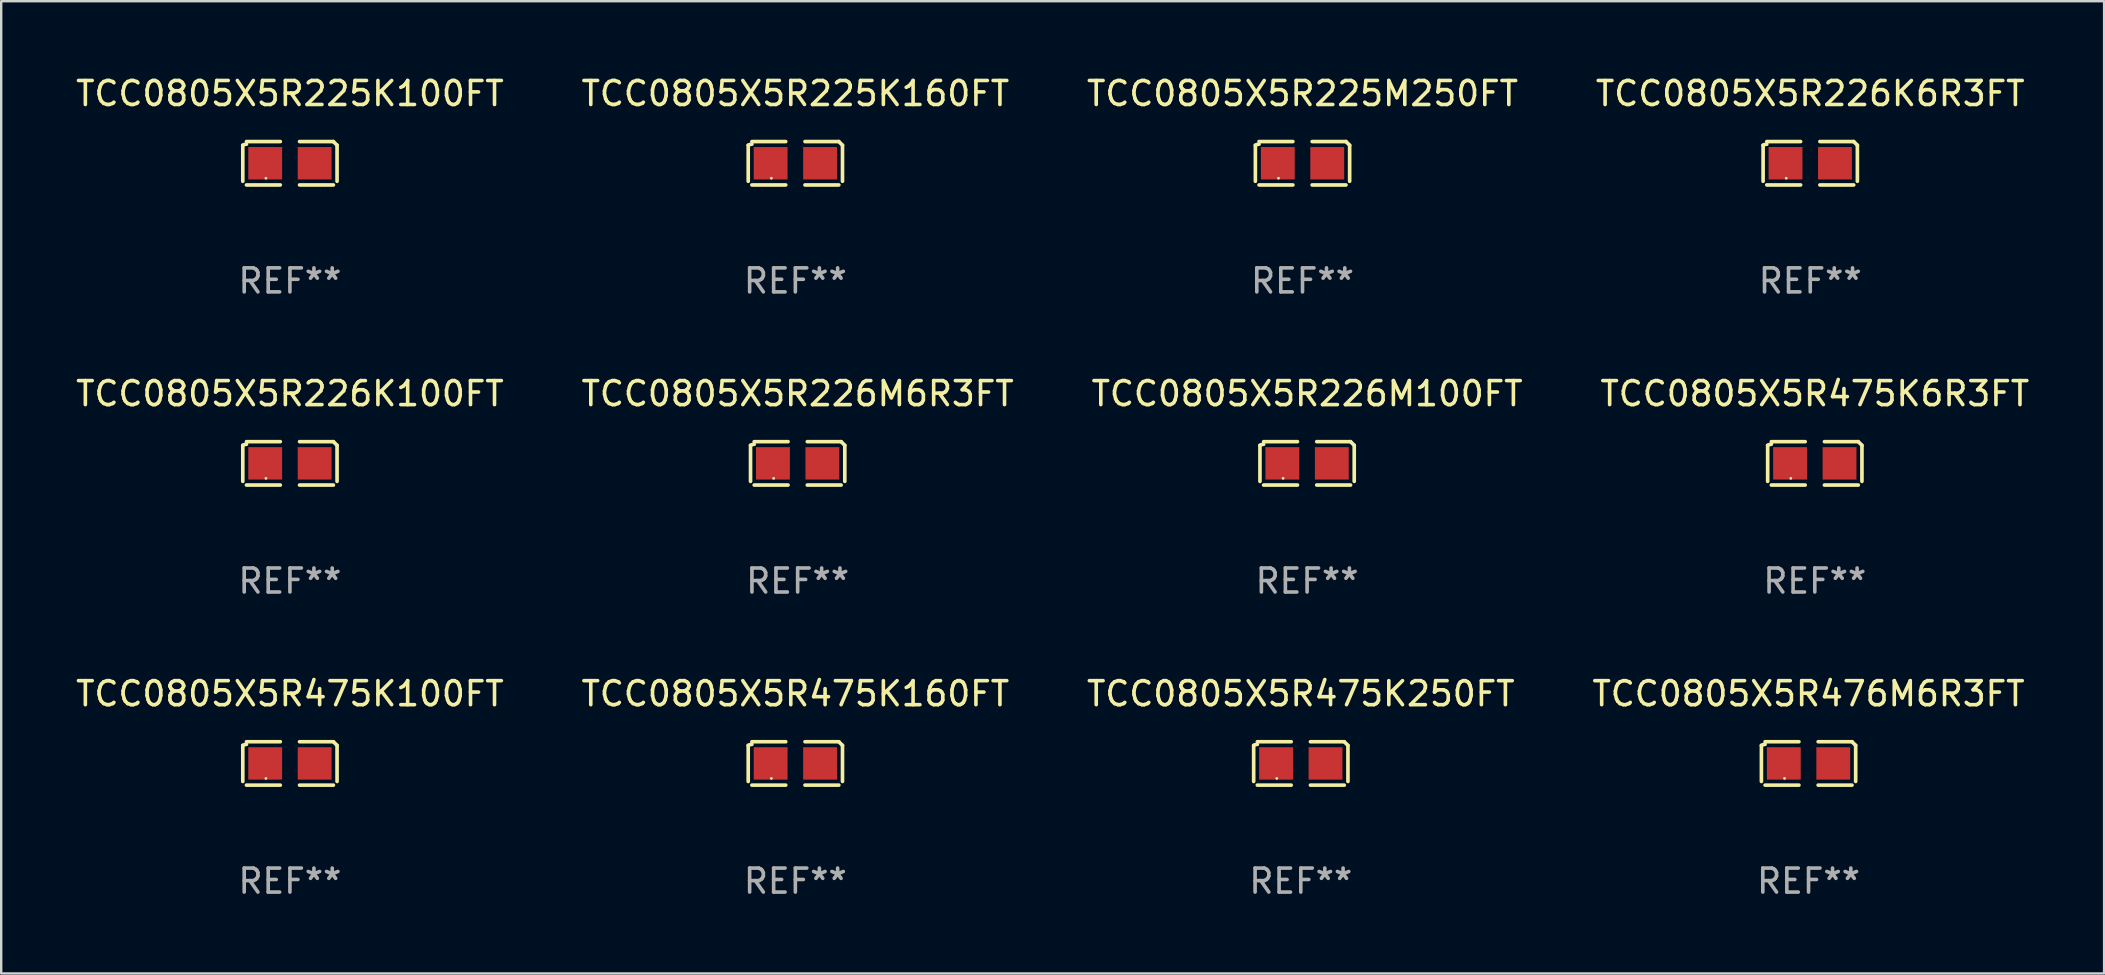
<source format=kicad_pcb>
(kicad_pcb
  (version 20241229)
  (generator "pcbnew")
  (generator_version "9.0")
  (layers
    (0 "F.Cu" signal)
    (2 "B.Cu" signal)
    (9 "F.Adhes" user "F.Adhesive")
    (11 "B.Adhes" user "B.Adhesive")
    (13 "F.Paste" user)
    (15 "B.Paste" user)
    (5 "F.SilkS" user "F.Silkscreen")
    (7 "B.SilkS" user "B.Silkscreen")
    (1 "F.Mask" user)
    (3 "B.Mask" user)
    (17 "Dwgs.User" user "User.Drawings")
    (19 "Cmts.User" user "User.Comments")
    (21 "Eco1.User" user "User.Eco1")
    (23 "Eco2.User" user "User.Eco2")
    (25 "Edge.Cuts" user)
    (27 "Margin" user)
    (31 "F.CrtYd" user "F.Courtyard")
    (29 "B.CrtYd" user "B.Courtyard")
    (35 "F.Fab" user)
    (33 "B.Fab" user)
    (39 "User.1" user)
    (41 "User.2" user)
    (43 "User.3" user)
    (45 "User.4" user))
  (footprint "TCC0805X5R475K100FT"
    (layer "F.Cu")
    (at 9.03 28.759)
    (property "Reference" "TCC0805X5R475K100FT" (at 0 -2.904 0) (layer "F.SilkS") (effects (font (size 1 1) (thickness 0.15))))
    (attr through_hole)
    (fp_line (start -1.964 0.751) (end -1.964 -0.751) (stroke (width 0.152) (type solid)) (layer "F.SilkS"))
    (fp_line (start -1.811 -0.904) (end -0.401 -0.904) (stroke (width 0.152) (type solid)) (layer "F.SilkS"))
    (fp_line (start -0.401 0.904) (end -1.811 0.904) (stroke (width 0.152) (type solid)) (layer "F.SilkS"))
    (fp_line (start 0.401 0.904) (end 1.811 0.904) (stroke (width 0.152) (type solid)) (layer "F.SilkS"))
    (fp_line (start 1.811 -0.904) (end 0.401 -0.904) (stroke (width 0.152) (type solid)) (layer "F.SilkS"))
    (fp_line (start 1.964 0.751) (end 1.964 -0.751) (stroke (width 0.152) (type solid)) (layer "F.SilkS"))
    (fp_arc (start -1.963602 -0.751207) (mid -1.890354 -0.783131) (end -1.811201 -0.794044) (stroke (width 0.1524) (type solid)) (layer "F.SilkS"))
    (fp_arc (start 1.811202 -0.903607) (mid 1.887413 -0.827418) (end 1.963602 -0.751207) (stroke (width 0.1524) (type solid)) (layer "F.SilkS"))
    (fp_circle (center -1 0.625) (end -0.97 0.625) (stroke (width 0.06) (type solid)) (fill no) (layer "F.SilkS"))
    (fp_text user "REF**" (at 0 4.904 0) (layer "F.Fab") (effects (font (size 1 1) (thickness 0.15))))
    (pad "1" smd rect (at -1.03 0) (size 1.41 1.35) (layers "F.Cu" "F.Mask" "F.Paste"))
    (pad "2" smd rect (at 1.03 0) (size 1.41 1.35) (layers "F.Cu" "F.Mask" "F.Paste")))
  (footprint "TCC0805X5R226K6R3FT"
    (layer "F.Cu")
    (at 72.375 3.752)
    (property "Reference" "TCC0805X5R226K6R3FT" (at 0 -2.904 0) (layer "F.SilkS") (effects (font (size 1 1) (thickness 0.15))))
    (attr through_hole)
    (fp_line (start -1.964 0.751) (end -1.964 -0.751) (stroke (width 0.152) (type solid)) (layer "F.SilkS"))
    (fp_line (start -1.811 -0.904) (end -0.401 -0.904) (stroke (width 0.152) (type solid)) (layer "F.SilkS"))
    (fp_line (start -0.401 0.904) (end -1.811 0.904) (stroke (width 0.152) (type solid)) (layer "F.SilkS"))
    (fp_line (start 0.401 0.904) (end 1.811 0.904) (stroke (width 0.152) (type solid)) (layer "F.SilkS"))
    (fp_line (start 1.811 -0.904) (end 0.401 -0.904) (stroke (width 0.152) (type solid)) (layer "F.SilkS"))
    (fp_line (start 1.964 0.751) (end 1.964 -0.751) (stroke (width 0.152) (type solid)) (layer "F.SilkS"))
    (fp_arc (start -1.963602 -0.751207) (mid -1.890354 -0.783131) (end -1.811201 -0.794044) (stroke (width 0.1524) (type solid)) (layer "F.SilkS"))
    (fp_arc (start 1.811202 -0.903607) (mid 1.887413 -0.827418) (end 1.963602 -0.751207) (stroke (width 0.1524) (type solid)) (layer "F.SilkS"))
    (fp_circle (center -1 0.625) (end -0.97 0.625) (stroke (width 0.06) (type solid)) (fill no) (layer "F.SilkS"))
    (fp_text user "REF**" (at 0 4.904 0) (layer "F.Fab") (effects (font (size 1 1) (thickness 0.15))))
    (pad "1" smd rect (at -1.03 0) (size 1.41 1.35) (layers "F.Cu" "F.Mask" "F.Paste"))
    (pad "2" smd rect (at 1.03 0) (size 1.41 1.35) (layers "F.Cu" "F.Mask" "F.Paste")))
  (footprint "TCC0805X5R226K100FT"
    (layer "F.Cu")
    (at 9.03 16.256)
    (property "Reference" "TCC0805X5R226K100FT" (at 0 -2.904 0) (layer "F.SilkS") (effects (font (size 1 1) (thickness 0.15))))
    (attr through_hole)
    (fp_line (start -1.964 0.751) (end -1.964 -0.751) (stroke (width 0.152) (type solid)) (layer "F.SilkS"))
    (fp_line (start -1.811 -0.904) (end -0.401 -0.904) (stroke (width 0.152) (type solid)) (layer "F.SilkS"))
    (fp_line (start -0.401 0.904) (end -1.811 0.904) (stroke (width 0.152) (type solid)) (layer "F.SilkS"))
    (fp_line (start 0.401 0.904) (end 1.811 0.904) (stroke (width 0.152) (type solid)) (layer "F.SilkS"))
    (fp_line (start 1.811 -0.904) (end 0.401 -0.904) (stroke (width 0.152) (type solid)) (layer "F.SilkS"))
    (fp_line (start 1.964 0.751) (end 1.964 -0.751) (stroke (width 0.152) (type solid)) (layer "F.SilkS"))
    (fp_arc (start -1.963602 -0.751207) (mid -1.890354 -0.783131) (end -1.811201 -0.794044) (stroke (width 0.1524) (type solid)) (layer "F.SilkS"))
    (fp_arc (start 1.811202 -0.903607) (mid 1.887413 -0.827418) (end 1.963602 -0.751207) (stroke (width 0.1524) (type solid)) (layer "F.SilkS"))
    (fp_circle (center -1 0.625) (end -0.97 0.625) (stroke (width 0.06) (type solid)) (fill no) (layer "F.SilkS"))
    (fp_text user "REF**" (at 0 4.904 0) (layer "F.Fab") (effects (font (size 1 1) (thickness 0.15))))
    (pad "1" smd rect (at -1.03 0) (size 1.41 1.35) (layers "F.Cu" "F.Mask" "F.Paste"))
    (pad "2" smd rect (at 1.03 0) (size 1.41 1.35) (layers "F.Cu" "F.Mask" "F.Paste")))
  (footprint "TCC0805X5R475K6R3FT"
    (layer "F.Cu")
    (at 72.565 16.256)
    (property "Reference" "TCC0805X5R475K6R3FT" (at 0 -2.904 0) (layer "F.SilkS") (effects (font (size 1 1) (thickness 0.15))))
    (attr through_hole)
    (fp_line (start -1.964 0.751) (end -1.964 -0.751) (stroke (width 0.152) (type solid)) (layer "F.SilkS"))
    (fp_line (start -1.811 -0.904) (end -0.401 -0.904) (stroke (width 0.152) (type solid)) (layer "F.SilkS"))
    (fp_line (start -0.401 0.904) (end -1.811 0.904) (stroke (width 0.152) (type solid)) (layer "F.SilkS"))
    (fp_line (start 0.401 0.904) (end 1.811 0.904) (stroke (width 0.152) (type solid)) (layer "F.SilkS"))
    (fp_line (start 1.811 -0.904) (end 0.401 -0.904) (stroke (width 0.152) (type solid)) (layer "F.SilkS"))
    (fp_line (start 1.964 0.751) (end 1.964 -0.751) (stroke (width 0.152) (type solid)) (layer "F.SilkS"))
    (fp_arc (start -1.963602 -0.751207) (mid -1.890354 -0.783131) (end -1.811201 -0.794044) (stroke (width 0.1524) (type solid)) (layer "F.SilkS"))
    (fp_arc (start 1.811202 -0.903607) (mid 1.887413 -0.827418) (end 1.963602 -0.751207) (stroke (width 0.1524) (type solid)) (layer "F.SilkS"))
    (fp_circle (center -1 0.625) (end -0.97 0.625) (stroke (width 0.06) (type solid)) (fill no) (layer "F.SilkS"))
    (fp_text user "REF**" (at 0 4.904 0) (layer "F.Fab") (effects (font (size 1 1) (thickness 0.15))))
    (pad "1" smd rect (at -1.03 0) (size 1.41 1.35) (layers "F.Cu" "F.Mask" "F.Paste"))
    (pad "2" smd rect (at 1.03 0) (size 1.41 1.35) (layers "F.Cu" "F.Mask" "F.Paste")))
  (footprint "TCC0805X5R226M6R3FT"
    (layer "F.Cu")
    (at 30.185 16.256)
    (property "Reference" "TCC0805X5R226M6R3FT" (at 0 -2.904 0) (layer "F.SilkS") (effects (font (size 1 1) (thickness 0.15))))
    (attr through_hole)
    (fp_line (start -1.964 0.751) (end -1.964 -0.751) (stroke (width 0.152) (type solid)) (layer "F.SilkS"))
    (fp_line (start -1.811 -0.904) (end -0.401 -0.904) (stroke (width 0.152) (type solid)) (layer "F.SilkS"))
    (fp_line (start -0.401 0.904) (end -1.811 0.904) (stroke (width 0.152) (type solid)) (layer "F.SilkS"))
    (fp_line (start 0.401 0.904) (end 1.811 0.904) (stroke (width 0.152) (type solid)) (layer "F.SilkS"))
    (fp_line (start 1.811 -0.904) (end 0.401 -0.904) (stroke (width 0.152) (type solid)) (layer "F.SilkS"))
    (fp_line (start 1.964 0.751) (end 1.964 -0.751) (stroke (width 0.152) (type solid)) (layer "F.SilkS"))
    (fp_arc (start -1.963602 -0.751207) (mid -1.890354 -0.783131) (end -1.811201 -0.794044) (stroke (width 0.1524) (type solid)) (layer "F.SilkS"))
    (fp_arc (start 1.811202 -0.903607) (mid 1.887413 -0.827418) (end 1.963602 -0.751207) (stroke (width 0.1524) (type solid)) (layer "F.SilkS"))
    (fp_circle (center -1 0.625) (end -0.97 0.625) (stroke (width 0.06) (type solid)) (fill no) (layer "F.SilkS"))
    (fp_text user "REF**" (at 0 4.904 0) (layer "F.Fab") (effects (font (size 1 1) (thickness 0.15))))
    (pad "1" smd rect (at -1.03 0) (size 1.41 1.35) (layers "F.Cu" "F.Mask" "F.Paste"))
    (pad "2" smd rect (at 1.03 0) (size 1.41 1.35) (layers "F.Cu" "F.Mask" "F.Paste")))
  (footprint "TCC0805X5R226M100FT"
    (layer "F.Cu")
    (at 51.411 16.256)
    (property "Reference" "TCC0805X5R226M100FT" (at 0 -2.904 0) (layer "F.SilkS") (effects (font (size 1 1) (thickness 0.15))))
    (attr through_hole)
    (fp_line (start -1.964 0.751) (end -1.964 -0.751) (stroke (width 0.152) (type solid)) (layer "F.SilkS"))
    (fp_line (start -1.811 -0.904) (end -0.401 -0.904) (stroke (width 0.152) (type solid)) (layer "F.SilkS"))
    (fp_line (start -0.401 0.904) (end -1.811 0.904) (stroke (width 0.152) (type solid)) (layer "F.SilkS"))
    (fp_line (start 0.401 0.904) (end 1.811 0.904) (stroke (width 0.152) (type solid)) (layer "F.SilkS"))
    (fp_line (start 1.811 -0.904) (end 0.401 -0.904) (stroke (width 0.152) (type solid)) (layer "F.SilkS"))
    (fp_line (start 1.964 0.751) (end 1.964 -0.751) (stroke (width 0.152) (type solid)) (layer "F.SilkS"))
    (fp_arc (start -1.963602 -0.751207) (mid -1.890354 -0.783131) (end -1.811201 -0.794044) (stroke (width 0.1524) (type solid)) (layer "F.SilkS"))
    (fp_arc (start 1.811202 -0.903607) (mid 1.887413 -0.827418) (end 1.963602 -0.751207) (stroke (width 0.1524) (type solid)) (layer "F.SilkS"))
    (fp_circle (center -1 0.625) (end -0.97 0.625) (stroke (width 0.06) (type solid)) (fill no) (layer "F.SilkS"))
    (fp_text user "REF**" (at 0 4.904 0) (layer "F.Fab") (effects (font (size 1 1) (thickness 0.15))))
    (pad "1" smd rect (at -1.03 0) (size 1.41 1.35) (layers "F.Cu" "F.Mask" "F.Paste"))
    (pad "2" smd rect (at 1.03 0) (size 1.41 1.35) (layers "F.Cu" "F.Mask" "F.Paste")))
  (footprint "TCC0805X5R475K250FT"
    (layer "F.Cu")
    (at 51.149 28.759)
    (property "Reference" "TCC0805X5R475K250FT" (at 0 -2.904 0) (layer "F.SilkS") (effects (font (size 1 1) (thickness 0.15))))
    (attr through_hole)
    (fp_line (start -1.964 0.751) (end -1.964 -0.751) (stroke (width 0.152) (type solid)) (layer "F.SilkS"))
    (fp_line (start -1.811 -0.904) (end -0.401 -0.904) (stroke (width 0.152) (type solid)) (layer "F.SilkS"))
    (fp_line (start -0.401 0.904) (end -1.811 0.904) (stroke (width 0.152) (type solid)) (layer "F.SilkS"))
    (fp_line (start 0.401 0.904) (end 1.811 0.904) (stroke (width 0.152) (type solid)) (layer "F.SilkS"))
    (fp_line (start 1.811 -0.904) (end 0.401 -0.904) (stroke (width 0.152) (type solid)) (layer "F.SilkS"))
    (fp_line (start 1.964 0.751) (end 1.964 -0.751) (stroke (width 0.152) (type solid)) (layer "F.SilkS"))
    (fp_arc (start -1.963602 -0.751207) (mid -1.890354 -0.783131) (end -1.811201 -0.794044) (stroke (width 0.1524) (type solid)) (layer "F.SilkS"))
    (fp_arc (start 1.811202 -0.903607) (mid 1.887413 -0.827418) (end 1.963602 -0.751207) (stroke (width 0.1524) (type solid)) (layer "F.SilkS"))
    (fp_circle (center -1 0.625) (end -0.97 0.625) (stroke (width 0.06) (type solid)) (fill no) (layer "F.SilkS"))
    (fp_text user "REF**" (at 0 4.904 0) (layer "F.Fab") (effects (font (size 1 1) (thickness 0.15))))
    (pad "1" smd rect (at -1.03 0) (size 1.41 1.35) (layers "F.Cu" "F.Mask" "F.Paste"))
    (pad "2" smd rect (at 1.03 0) (size 1.41 1.35) (layers "F.Cu" "F.Mask" "F.Paste")))
  (footprint "TCC0805X5R475K160FT"
    (layer "F.Cu")
    (at 30.089 28.759)
    (property "Reference" "TCC0805X5R475K160FT" (at 0 -2.904 0) (layer "F.SilkS") (effects (font (size 1 1) (thickness 0.15))))
    (attr through_hole)
    (fp_line (start -1.964 0.751) (end -1.964 -0.751) (stroke (width 0.152) (type solid)) (layer "F.SilkS"))
    (fp_line (start -1.811 -0.904) (end -0.401 -0.904) (stroke (width 0.152) (type solid)) (layer "F.SilkS"))
    (fp_line (start -0.401 0.904) (end -1.811 0.904) (stroke (width 0.152) (type solid)) (layer "F.SilkS"))
    (fp_line (start 0.401 0.904) (end 1.811 0.904) (stroke (width 0.152) (type solid)) (layer "F.SilkS"))
    (fp_line (start 1.811 -0.904) (end 0.401 -0.904) (stroke (width 0.152) (type solid)) (layer "F.SilkS"))
    (fp_line (start 1.964 0.751) (end 1.964 -0.751) (stroke (width 0.152) (type solid)) (layer "F.SilkS"))
    (fp_arc (start -1.963602 -0.751207) (mid -1.890354 -0.783131) (end -1.811201 -0.794044) (stroke (width 0.1524) (type solid)) (layer "F.SilkS"))
    (fp_arc (start 1.811202 -0.903607) (mid 1.887413 -0.827418) (end 1.963602 -0.751207) (stroke (width 0.1524) (type solid)) (layer "F.SilkS"))
    (fp_circle (center -1 0.625) (end -0.97 0.625) (stroke (width 0.06) (type solid)) (fill no) (layer "F.SilkS"))
    (fp_text user "REF**" (at 0 4.904 0) (layer "F.Fab") (effects (font (size 1 1) (thickness 0.15))))
    (pad "1" smd rect (at -1.03 0) (size 1.41 1.35) (layers "F.Cu" "F.Mask" "F.Paste"))
    (pad "2" smd rect (at 1.03 0) (size 1.41 1.35) (layers "F.Cu" "F.Mask" "F.Paste")))
  (footprint "TCC0805X5R476M6R3FT"
    (layer "F.Cu")
    (at 72.304 28.759)
    (property "Reference" "TCC0805X5R476M6R3FT" (at 0 -2.904 0) (layer "F.SilkS") (effects (font (size 1 1) (thickness 0.15))))
    (attr through_hole)
    (fp_line (start -1.964 0.751) (end -1.964 -0.751) (stroke (width 0.152) (type solid)) (layer "F.SilkS"))
    (fp_line (start -1.811 -0.904) (end -0.401 -0.904) (stroke (width 0.152) (type solid)) (layer "F.SilkS"))
    (fp_line (start -0.401 0.904) (end -1.811 0.904) (stroke (width 0.152) (type solid)) (layer "F.SilkS"))
    (fp_line (start 0.401 0.904) (end 1.811 0.904) (stroke (width 0.152) (type solid)) (layer "F.SilkS"))
    (fp_line (start 1.811 -0.904) (end 0.401 -0.904) (stroke (width 0.152) (type solid)) (layer "F.SilkS"))
    (fp_line (start 1.964 0.751) (end 1.964 -0.751) (stroke (width 0.152) (type solid)) (layer "F.SilkS"))
    (fp_arc (start -1.963602 -0.751207) (mid -1.890354 -0.783131) (end -1.811201 -0.794044) (stroke (width 0.1524) (type solid)) (layer "F.SilkS"))
    (fp_arc (start 1.811202 -0.903607) (mid 1.887413 -0.827418) (end 1.963602 -0.751207) (stroke (width 0.1524) (type solid)) (layer "F.SilkS"))
    (fp_circle (center -1 0.625) (end -0.97 0.625) (stroke (width 0.06) (type solid)) (fill no) (layer "F.SilkS"))
    (fp_text user "REF**" (at 0 4.904 0) (layer "F.Fab") (effects (font (size 1 1) (thickness 0.15))))
    (pad "1" smd rect (at -1.03 0) (size 1.41 1.35) (layers "F.Cu" "F.Mask" "F.Paste"))
    (pad "2" smd rect (at 1.03 0) (size 1.41 1.35) (layers "F.Cu" "F.Mask" "F.Paste")))
  (footprint "TCC0805X5R225K160FT"
    (layer "F.Cu")
    (at 30.089 3.752)
    (property "Reference" "TCC0805X5R225K160FT" (at 0 -2.904 0) (layer "F.SilkS") (effects (font (size 1 1) (thickness 0.15))))
    (attr through_hole)
    (fp_line (start -1.964 0.751) (end -1.964 -0.751) (stroke (width 0.152) (type solid)) (layer "F.SilkS"))
    (fp_line (start -1.811 -0.904) (end -0.401 -0.904) (stroke (width 0.152) (type solid)) (layer "F.SilkS"))
    (fp_line (start -0.401 0.904) (end -1.811 0.904) (stroke (width 0.152) (type solid)) (layer "F.SilkS"))
    (fp_line (start 0.401 0.904) (end 1.811 0.904) (stroke (width 0.152) (type solid)) (layer "F.SilkS"))
    (fp_line (start 1.811 -0.904) (end 0.401 -0.904) (stroke (width 0.152) (type solid)) (layer "F.SilkS"))
    (fp_line (start 1.964 0.751) (end 1.964 -0.751) (stroke (width 0.152) (type solid)) (layer "F.SilkS"))
    (fp_arc (start -1.963602 -0.751207) (mid -1.890354 -0.783131) (end -1.811201 -0.794044) (stroke (width 0.1524) (type solid)) (layer "F.SilkS"))
    (fp_arc (start 1.811202 -0.903607) (mid 1.887413 -0.827418) (end 1.963602 -0.751207) (stroke (width 0.1524) (type solid)) (layer "F.SilkS"))
    (fp_circle (center -1 0.625) (end -0.97 0.625) (stroke (width 0.06) (type solid)) (fill no) (layer "F.SilkS"))
    (fp_text user "REF**" (at 0 4.904 0) (layer "F.Fab") (effects (font (size 1 1) (thickness 0.15))))
    (pad "1" smd rect (at -1.03 0) (size 1.41 1.35) (layers "F.Cu" "F.Mask" "F.Paste"))
    (pad "2" smd rect (at 1.03 0) (size 1.41 1.35) (layers "F.Cu" "F.Mask" "F.Paste")))
  (footprint "TCC0805X5R225K100FT"
    (layer "F.Cu")
    (at 9.03 3.752)
    (property "Reference" "TCC0805X5R225K100FT" (at 0 -2.904 0) (layer "F.SilkS") (effects (font (size 1 1) (thickness 0.15))))
    (attr through_hole)
    (fp_line (start -1.964 0.751) (end -1.964 -0.751) (stroke (width 0.152) (type solid)) (layer "F.SilkS"))
    (fp_line (start -1.811 -0.904) (end -0.401 -0.904) (stroke (width 0.152) (type solid)) (layer "F.SilkS"))
    (fp_line (start -0.401 0.904) (end -1.811 0.904) (stroke (width 0.152) (type solid)) (layer "F.SilkS"))
    (fp_line (start 0.401 0.904) (end 1.811 0.904) (stroke (width 0.152) (type solid)) (layer "F.SilkS"))
    (fp_line (start 1.811 -0.904) (end 0.401 -0.904) (stroke (width 0.152) (type solid)) (layer "F.SilkS"))
    (fp_line (start 1.964 0.751) (end 1.964 -0.751) (stroke (width 0.152) (type solid)) (layer "F.SilkS"))
    (fp_arc (start -1.963602 -0.751207) (mid -1.890354 -0.783131) (end -1.811201 -0.794044) (stroke (width 0.1524) (type solid)) (layer "F.SilkS"))
    (fp_arc (start 1.811202 -0.903607) (mid 1.887413 -0.827418) (end 1.963602 -0.751207) (stroke (width 0.1524) (type solid)) (layer "F.SilkS"))
    (fp_circle (center -1 0.625) (end -0.97 0.625) (stroke (width 0.06) (type solid)) (fill no) (layer "F.SilkS"))
    (fp_text user "REF**" (at 0 4.904 0) (layer "F.Fab") (effects (font (size 1 1) (thickness 0.15))))
    (pad "1" smd rect (at -1.03 0) (size 1.41 1.35) (layers "F.Cu" "F.Mask" "F.Paste"))
    (pad "2" smd rect (at 1.03 0) (size 1.41 1.35) (layers "F.Cu" "F.Mask" "F.Paste")))
  (footprint "TCC0805X5R225M250FT"
    (layer "F.Cu")
    (at 51.22 3.752)
    (property "Reference" "TCC0805X5R225M250FT" (at 0 -2.904 0) (layer "F.SilkS") (effects (font (size 1 1) (thickness 0.15))))
    (attr through_hole)
    (fp_line (start -1.964 0.751) (end -1.964 -0.751) (stroke (width 0.152) (type solid)) (layer "F.SilkS"))
    (fp_line (start -1.811 -0.904) (end -0.401 -0.904) (stroke (width 0.152) (type solid)) (layer "F.SilkS"))
    (fp_line (start -0.401 0.904) (end -1.811 0.904) (stroke (width 0.152) (type solid)) (layer "F.SilkS"))
    (fp_line (start 0.401 0.904) (end 1.811 0.904) (stroke (width 0.152) (type solid)) (layer "F.SilkS"))
    (fp_line (start 1.811 -0.904) (end 0.401 -0.904) (stroke (width 0.152) (type solid)) (layer "F.SilkS"))
    (fp_line (start 1.964 0.751) (end 1.964 -0.751) (stroke (width 0.152) (type solid)) (layer "F.SilkS"))
    (fp_arc (start -1.963602 -0.751207) (mid -1.890354 -0.783131) (end -1.811201 -0.794044) (stroke (width 0.1524) (type solid)) (layer "F.SilkS"))
    (fp_arc (start 1.811202 -0.903607) (mid 1.887413 -0.827418) (end 1.963602 -0.751207) (stroke (width 0.1524) (type solid)) (layer "F.SilkS"))
    (fp_circle (center -1 0.625) (end -0.97 0.625) (stroke (width 0.06) (type solid)) (fill no) (layer "F.SilkS"))
    (fp_text user "REF**" (at 0 4.904 0) (layer "F.Fab") (effects (font (size 1 1) (thickness 0.15))))
    (pad "1" smd rect (at -1.03 0) (size 1.41 1.35) (layers "F.Cu" "F.Mask" "F.Paste"))
    (pad "2" smd rect (at 1.03 0) (size 1.41 1.35) (layers "F.Cu" "F.Mask" "F.Paste")))
  (gr_rect
    (start -3 -3)
    (end 84.619 37.511)
    (stroke (width 0.1) (type default))
    (fill no)
    (layer "Edge.Cuts")))
</source>
